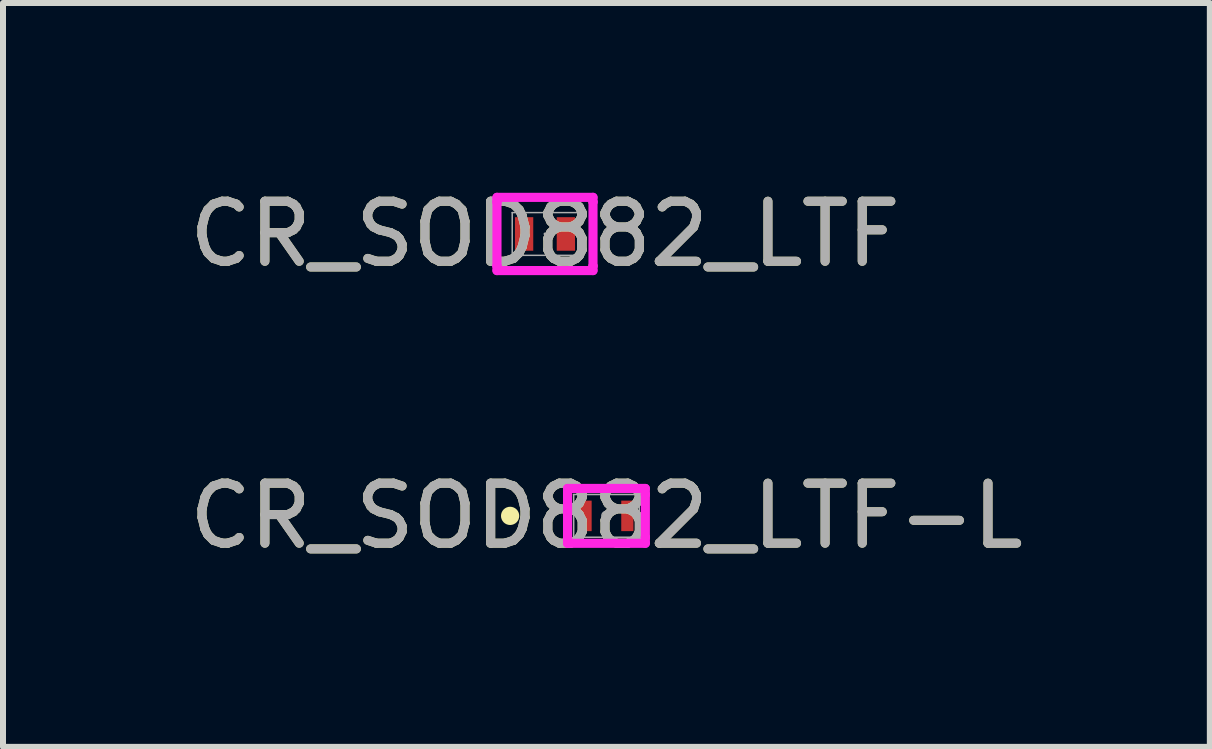
<source format=kicad_pcb>
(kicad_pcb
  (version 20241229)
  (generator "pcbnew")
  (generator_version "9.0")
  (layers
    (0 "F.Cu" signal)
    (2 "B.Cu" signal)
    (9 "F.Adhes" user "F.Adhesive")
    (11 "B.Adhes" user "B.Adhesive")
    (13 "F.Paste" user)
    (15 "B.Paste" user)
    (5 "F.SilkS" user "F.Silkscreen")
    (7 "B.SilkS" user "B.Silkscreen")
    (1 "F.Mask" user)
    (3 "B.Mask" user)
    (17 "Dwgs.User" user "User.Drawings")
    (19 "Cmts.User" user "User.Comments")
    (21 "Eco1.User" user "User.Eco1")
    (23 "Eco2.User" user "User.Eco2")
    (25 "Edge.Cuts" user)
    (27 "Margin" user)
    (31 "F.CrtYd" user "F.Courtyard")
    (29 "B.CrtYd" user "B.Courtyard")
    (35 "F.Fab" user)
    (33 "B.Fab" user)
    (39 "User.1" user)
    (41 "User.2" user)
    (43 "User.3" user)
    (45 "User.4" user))
  (footprint "CR_SOD882_LTF-L"
    (layer "F.Cu")
    (at 7.054 5.545)
    (property "Reference" "CR_SOD882_LTF-L" (at 0 0 0) (unlocked yes) (layer "F.SilkS") (effects (font (size 1 1) (thickness 0.15))))
    (attr smd)
    (fp_circle (center -1.605 0) (end -1.529 0) (stroke (width 0.152) (type solid)) (fill no) (layer "F.SilkS"))
    (fp_line (start -0.648 -0.457) (end 0.648 -0.457) (stroke (width 0.152) (type solid)) (layer "F.CrtYd"))
    (fp_line (start -0.648 -0.356) (end -0.648 -0.457) (stroke (width 0.152) (type solid)) (layer "F.CrtYd"))
    (fp_line (start -0.648 -0.356) (end -0.648 -0.356) (stroke (width 0.152) (type solid)) (layer "F.CrtYd"))
    (fp_line (start -0.648 0.356) (end -0.648 -0.356) (stroke (width 0.152) (type solid)) (layer "F.CrtYd"))
    (fp_line (start -0.648 0.356) (end -0.648 0.356) (stroke (width 0.152) (type solid)) (layer "F.CrtYd"))
    (fp_line (start -0.648 0.457) (end -0.648 0.356) (stroke (width 0.152) (type solid)) (layer "F.CrtYd"))
    (fp_line (start 0.648 -0.457) (end 0.648 -0.356) (stroke (width 0.152) (type solid)) (layer "F.CrtYd"))
    (fp_line (start 0.648 -0.356) (end 0.648 -0.356) (stroke (width 0.152) (type solid)) (layer "F.CrtYd"))
    (fp_line (start 0.648 -0.356) (end 0.648 0.356) (stroke (width 0.152) (type solid)) (layer "F.CrtYd"))
    (fp_line (start 0.648 0.356) (end 0.648 0.356) (stroke (width 0.152) (type solid)) (layer "F.CrtYd"))
    (fp_line (start 0.648 0.356) (end 0.648 0.457) (stroke (width 0.152) (type solid)) (layer "F.CrtYd"))
    (fp_line (start 0.648 0.457) (end -0.648 0.457) (stroke (width 0.152) (type solid)) (layer "F.CrtYd"))
    (fp_line (start -0.546 -0.356) (end -0.546 0.356) (stroke (width 0.025) (type solid)) (layer "F.Fab"))
    (fp_line (start -0.546 0.356) (end 0.546 0.356) (stroke (width 0.025) (type solid)) (layer "F.Fab"))
    (fp_line (start 0.546 -0.356) (end -0.546 -0.356) (stroke (width 0.025) (type solid)) (layer "F.Fab"))
    (fp_line (start 0.546 0.356) (end 0.546 -0.356) (stroke (width 0.025) (type solid)) (layer "F.Fab"))
    (fp_circle (center 0 0) (end 0.076 0) (stroke (width 0.025) (type solid)) (fill no) (layer "F.Fab"))
    (fp_text user "${REFERENCE}" (at 0 0 0) (unlocked yes) (layer "F.Fab") (effects (font (size 1 1) (thickness 0.15))))
    (pad "1" smd rect (at -0.348 0) (size 0.203 0.508) (layers "F.Cu" "F.Mask" "F.Paste"))
    (pad "2" smd rect (at 0.348 0) (size 0.203 0.508) (layers "F.Cu" "F.Mask" "F.Paste")))
  (footprint "CR_SOD882_LTF"
    (layer "F.Cu")
    (at 6.03 0.848)
    (property "Reference" "CR_SOD882_LTF" (at 0 0 0) (unlocked yes) (layer "F.SilkS") (effects (font (size 1 1) (thickness 0.15))))
    (attr smd)
    (fp_line (start -0.8 -0.61) (end 0.8 -0.61) (stroke (width 0.152) (type solid)) (layer "F.CrtYd"))
    (fp_line (start -0.8 -0.533) (end -0.8 -0.61) (stroke (width 0.152) (type solid)) (layer "F.CrtYd"))
    (fp_line (start -0.8 -0.533) (end -0.8 -0.533) (stroke (width 0.152) (type solid)) (layer "F.CrtYd"))
    (fp_line (start -0.8 0.533) (end -0.8 -0.533) (stroke (width 0.152) (type solid)) (layer "F.CrtYd"))
    (fp_line (start -0.8 0.533) (end -0.8 0.533) (stroke (width 0.152) (type solid)) (layer "F.CrtYd"))
    (fp_line (start -0.8 0.61) (end -0.8 0.533) (stroke (width 0.152) (type solid)) (layer "F.CrtYd"))
    (fp_line (start 0.8 -0.61) (end 0.8 -0.533) (stroke (width 0.152) (type solid)) (layer "F.CrtYd"))
    (fp_line (start 0.8 -0.533) (end 0.8 -0.533) (stroke (width 0.152) (type solid)) (layer "F.CrtYd"))
    (fp_line (start 0.8 -0.533) (end 0.8 0.533) (stroke (width 0.152) (type solid)) (layer "F.CrtYd"))
    (fp_line (start 0.8 0.533) (end 0.8 0.533) (stroke (width 0.152) (type solid)) (layer "F.CrtYd"))
    (fp_line (start 0.8 0.533) (end 0.8 0.61) (stroke (width 0.152) (type solid)) (layer "F.CrtYd"))
    (fp_line (start 0.8 0.61) (end -0.8 0.61) (stroke (width 0.152) (type solid)) (layer "F.CrtYd"))
    (fp_line (start -0.546 -0.356) (end -0.546 0.356) (stroke (width 0.025) (type solid)) (layer "F.Fab"))
    (fp_line (start -0.546 0.356) (end 0.546 0.356) (stroke (width 0.025) (type solid)) (layer "F.Fab"))
    (fp_line (start 0.546 -0.356) (end -0.546 -0.356) (stroke (width 0.025) (type solid)) (layer "F.Fab"))
    (fp_line (start 0.546 0.356) (end 0.546 -0.356) (stroke (width 0.025) (type solid)) (layer "F.Fab"))
    (fp_circle (center 0 0) (end 0 0) (stroke (width 0.025) (type solid)) (fill no) (layer "F.Fab"))
    (fp_text user "${REFERENCE}" (at 0 0 0) (unlocked yes) (layer "F.Fab") (effects (font (size 1 1) (thickness 0.15))))
    (pad "1" smd rect (at -0.348 0) (size 0.305 0.559) (layers "F.Cu" "F.Mask" "F.Paste"))
    (pad "2" smd rect (at 0.348 0) (size 0.305 0.559) (layers "F.Cu" "F.Mask" "F.Paste")))
  (gr_rect
    (start -3 -3)
    (end 17.107 9.393)
    (stroke (width 0.1) (type default))
    (fill no)
    (layer "Edge.Cuts")))
</source>
